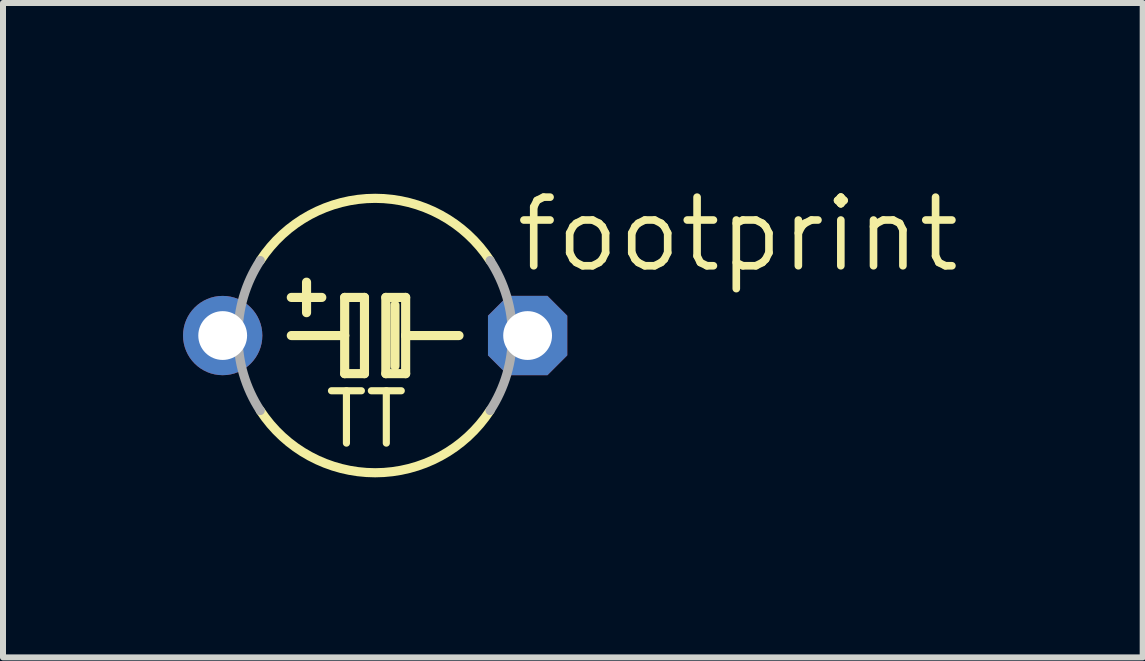
<source format=kicad_pcb>
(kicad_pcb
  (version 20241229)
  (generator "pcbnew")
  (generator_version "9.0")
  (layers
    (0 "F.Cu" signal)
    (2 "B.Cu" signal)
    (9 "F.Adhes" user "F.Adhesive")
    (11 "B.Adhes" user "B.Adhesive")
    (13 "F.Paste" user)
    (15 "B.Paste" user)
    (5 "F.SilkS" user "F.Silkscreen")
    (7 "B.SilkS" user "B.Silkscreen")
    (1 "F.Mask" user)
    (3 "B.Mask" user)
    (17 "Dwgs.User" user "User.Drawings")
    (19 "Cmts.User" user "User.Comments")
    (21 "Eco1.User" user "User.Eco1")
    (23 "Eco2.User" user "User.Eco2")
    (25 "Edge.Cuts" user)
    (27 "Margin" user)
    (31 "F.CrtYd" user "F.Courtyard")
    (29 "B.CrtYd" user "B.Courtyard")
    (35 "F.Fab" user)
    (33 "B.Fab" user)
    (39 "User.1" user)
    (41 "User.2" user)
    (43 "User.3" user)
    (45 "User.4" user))
  (footprint "footprint"
    (layer "F.Cu")
    (at 3.2 2.54)
    (property "Reference" "footprint" (at 2.286 -1.016 0) (layer "F.SilkS") (effects (font (size 1.143 1.143) (thickness 0.127)) (justify left bottom)))
    (fp_line (start -1.397 0) (end -0.508 0) (stroke (width 0.152) (type solid)) (layer "F.SilkS"))
    (fp_line (start -1.143 -0.381) (end -1.143 -0.889) (stroke (width 0.152) (type solid)) (layer "F.SilkS"))
    (fp_line (start -0.889 -0.635) (end -1.397 -0.635) (stroke (width 0.152) (type solid)) (layer "F.SilkS"))
    (fp_line (start -0.508 -0.635) (end -0.508 0) (stroke (width 0.152) (type solid)) (layer "F.SilkS"))
    (fp_line (start -0.508 0) (end -0.508 0.635) (stroke (width 0.152) (type solid)) (layer "F.SilkS"))
    (fp_line (start -0.508 0.635) (end -0.178 0.635) (stroke (width 0.152) (type solid)) (layer "F.SilkS"))
    (fp_line (start -0.178 -0.635) (end -0.508 -0.635) (stroke (width 0.152) (type solid)) (layer "F.SilkS"))
    (fp_line (start -0.178 0.635) (end -0.178 -0.635) (stroke (width 0.152) (type solid)) (layer "F.SilkS"))
    (fp_line (start 0.178 -0.635) (end 0.178 0.635) (stroke (width 0.152) (type solid)) (layer "F.SilkS"))
    (fp_line (start 0.178 0.635) (end 0.508 0.635) (stroke (width 0.152) (type solid)) (layer "F.SilkS"))
    (fp_line (start 0.33 0.508) (end 0.33 -0.508) (stroke (width 0.152) (type solid)) (layer "F.SilkS"))
    (fp_line (start 0.508 -0.635) (end 0.178 -0.635) (stroke (width 0.152) (type solid)) (layer "F.SilkS"))
    (fp_line (start 0.508 0) (end 0.508 -0.635) (stroke (width 0.152) (type solid)) (layer "F.SilkS"))
    (fp_line (start 0.508 0) (end 1.397 0) (stroke (width 0.152) (type solid)) (layer "F.SilkS"))
    (fp_line (start 0.508 0.635) (end 0.508 0) (stroke (width 0.152) (type solid)) (layer "F.SilkS"))
    (fp_arc (start -1.9144 -1.2492) (mid 0 -2.28592) (end 1.9144 -1.2492) (stroke (width 0.1524) (type solid)) (layer "F.SilkS"))
    (fp_arc (start 1.9144 1.2492) (mid 0 2.28592) (end -1.9144 1.2492) (stroke (width 0.1524) (type solid)) (layer "F.SilkS"))
    (fp_arc (start -1.9144 1.2492) (mid -2.28592 0) (end -1.9144 -1.2492) (stroke (width 0.1524) (type solid)) (layer "F.Fab"))
    (fp_arc (start 1.9144 -1.2492) (mid 2.28592 0) (end 1.9144 1.2492) (stroke (width 0.1524) (type solid)) (layer "F.Fab"))
    (fp_text user "TT" (at -0.889 1.905 0) (layer "F.SilkS") (effects (font (size 0.872 0.872) (thickness 0.119)) (justify left bottom)))
    (pad "+" thru_hole circle (at -2.54 0) (size 1.321 1.321) (drill 0.813) (layers "*.Cu" "*.Mask"))
    (pad "-" thru_hole roundrect (at 2.54 0) (size 1.321 1.321) (drill 0.813) (layers "*.Cu" "*.Mask") (roundrect_rratio 0.25) (chamfer_ratio 0.25) (chamfer top_left top_right bottom_left bottom_right)))
  (gr_rect
    (start -3 -3)
    (end 15.987 7.902)
    (stroke (width 0.1) (type default))
    (fill no)
    (layer "Edge.Cuts")))
</source>
